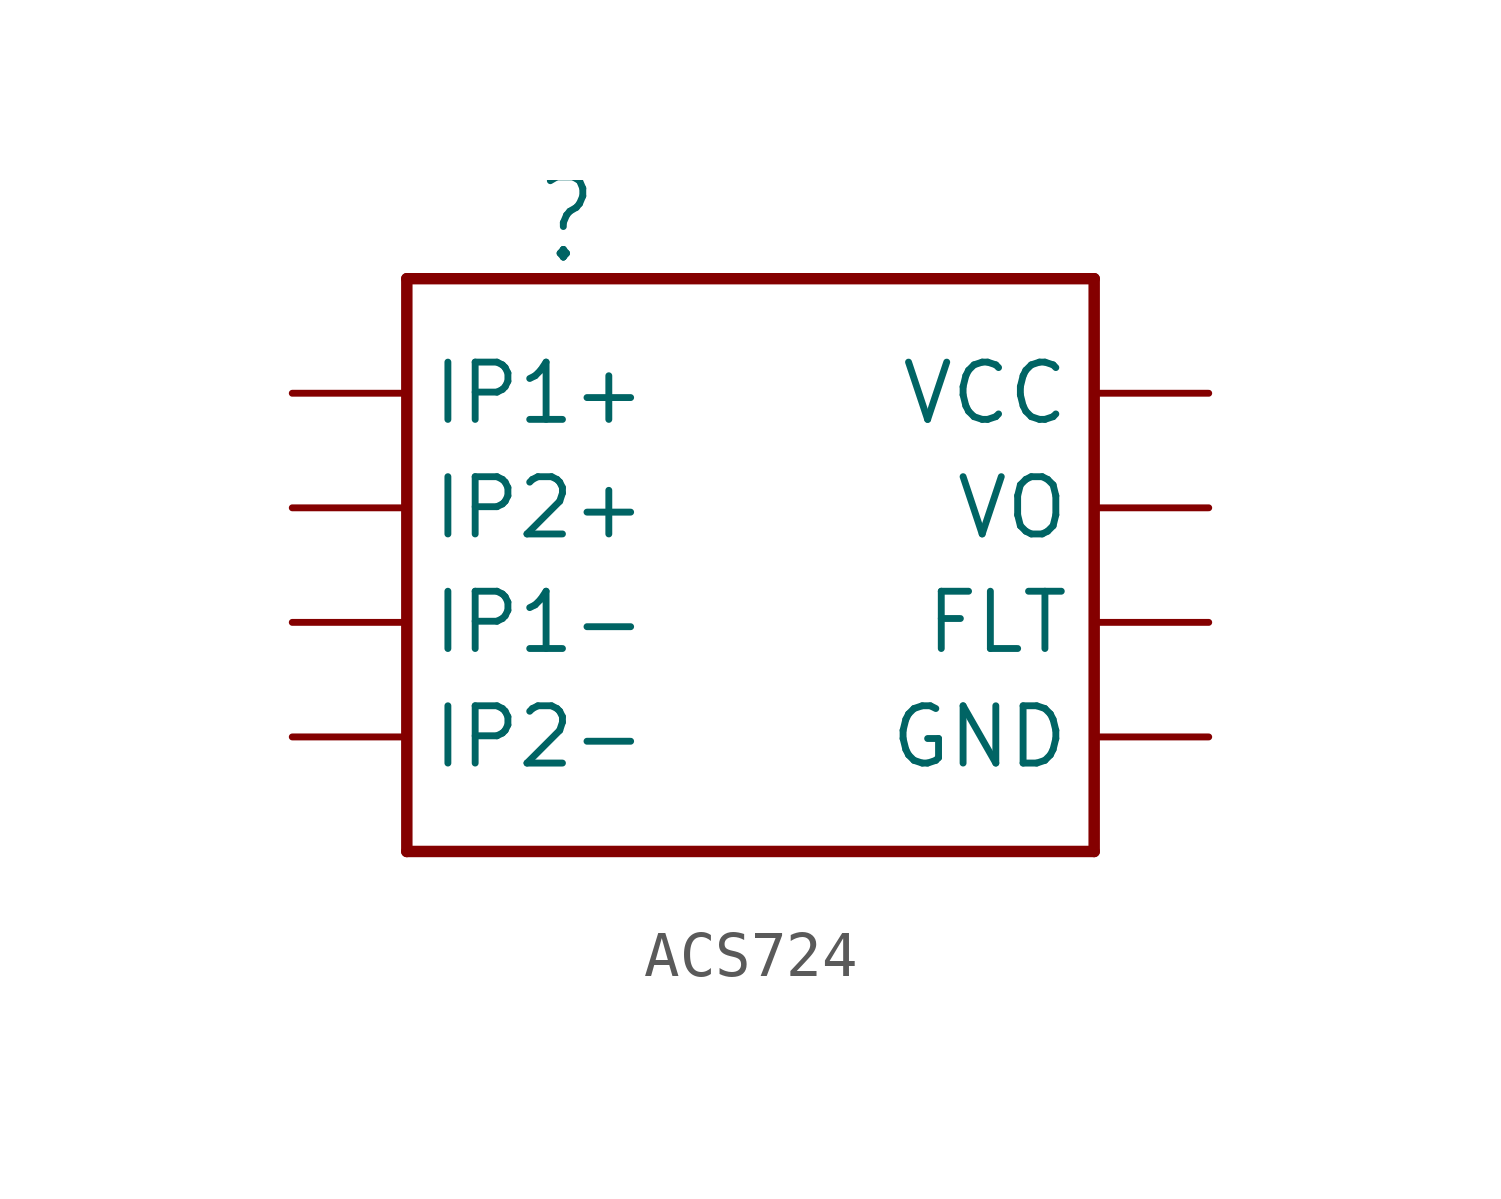
<source format=kicad_sym>
(kicad_symbol_lib
  (version 20211014)
  (generator kicad_symbol_editor)
  (symbol "ACS724"
    (property "Reference" ""
      (at 0.254 0.254 0)
      (effects (font (size 1.778 1.511)) (justify left bottom)))
    (property "ki_locked" ""
      (at 0 0 0)
      (effects (font (size 1.27 1.27))))
    (symbol "ACS724_1_0"
      (polyline (pts (xy -2.54 -12.7) (xy 12.7 -12.7)) (stroke (width 0.254) (type default) (color 0 0 0 0)) (fill (type none)))
      (polyline (pts (xy -2.54 0) (xy -2.54 -12.7)) (stroke (width 0.254) (type default) (color 0 0 0 0)) (fill (type none)))
      (polyline (pts (xy 12.7 -12.7) (xy 12.7 0)) (stroke (width 0.254) (type default) (color 0 0 0 0)) (fill (type none)))
      (polyline (pts (xy 12.7 0) (xy -2.54 0)) (stroke (width 0.254) (type default) (color 0 0 0 0)) (fill (type none)))
      (pin bidirectional line (at 15.24 -7.62 180) (length 2.54) (name "FLT" (effects (font (size 1.27 1.27)))) (number "FLT" (effects (font (size 0 0)))))
      (pin bidirectional line (at 15.24 -10.16 180) (length 2.54) (name "GND" (effects (font (size 1.27 1.27)))) (number "GND" (effects (font (size 0 0)))))
      (pin bidirectional line (at -5.08 -2.54 0) (length 2.54) (name "IP1+" (effects (font (size 1.27 1.27)))) (number "IP1+" (effects (font (size 0 0)))))
      (pin bidirectional line (at -5.08 -7.62 0) (length 2.54) (name "IP1-" (effects (font (size 1.27 1.27)))) (number "IP1-" (effects (font (size 0 0)))))
      (pin bidirectional line (at -5.08 -5.08 0) (length 2.54) (name "IP2+" (effects (font (size 1.27 1.27)))) (number "IP2+" (effects (font (size 0 0)))))
      (pin bidirectional line (at -5.08 -10.16 0) (length 2.54) (name "IP2-" (effects (font (size 1.27 1.27)))) (number "IP2-" (effects (font (size 0 0)))))
      (pin bidirectional line (at 15.24 -2.54 180) (length 2.54) (name "VCC" (effects (font (size 1.27 1.27)))) (number "VCC" (effects (font (size 0 0)))))
      (pin bidirectional line (at 15.24 -5.08 180) (length 2.54) (name "VO" (effects (font (size 1.27 1.27)))) (number "VO" (effects (font (size 0 0))))))))
</source>
